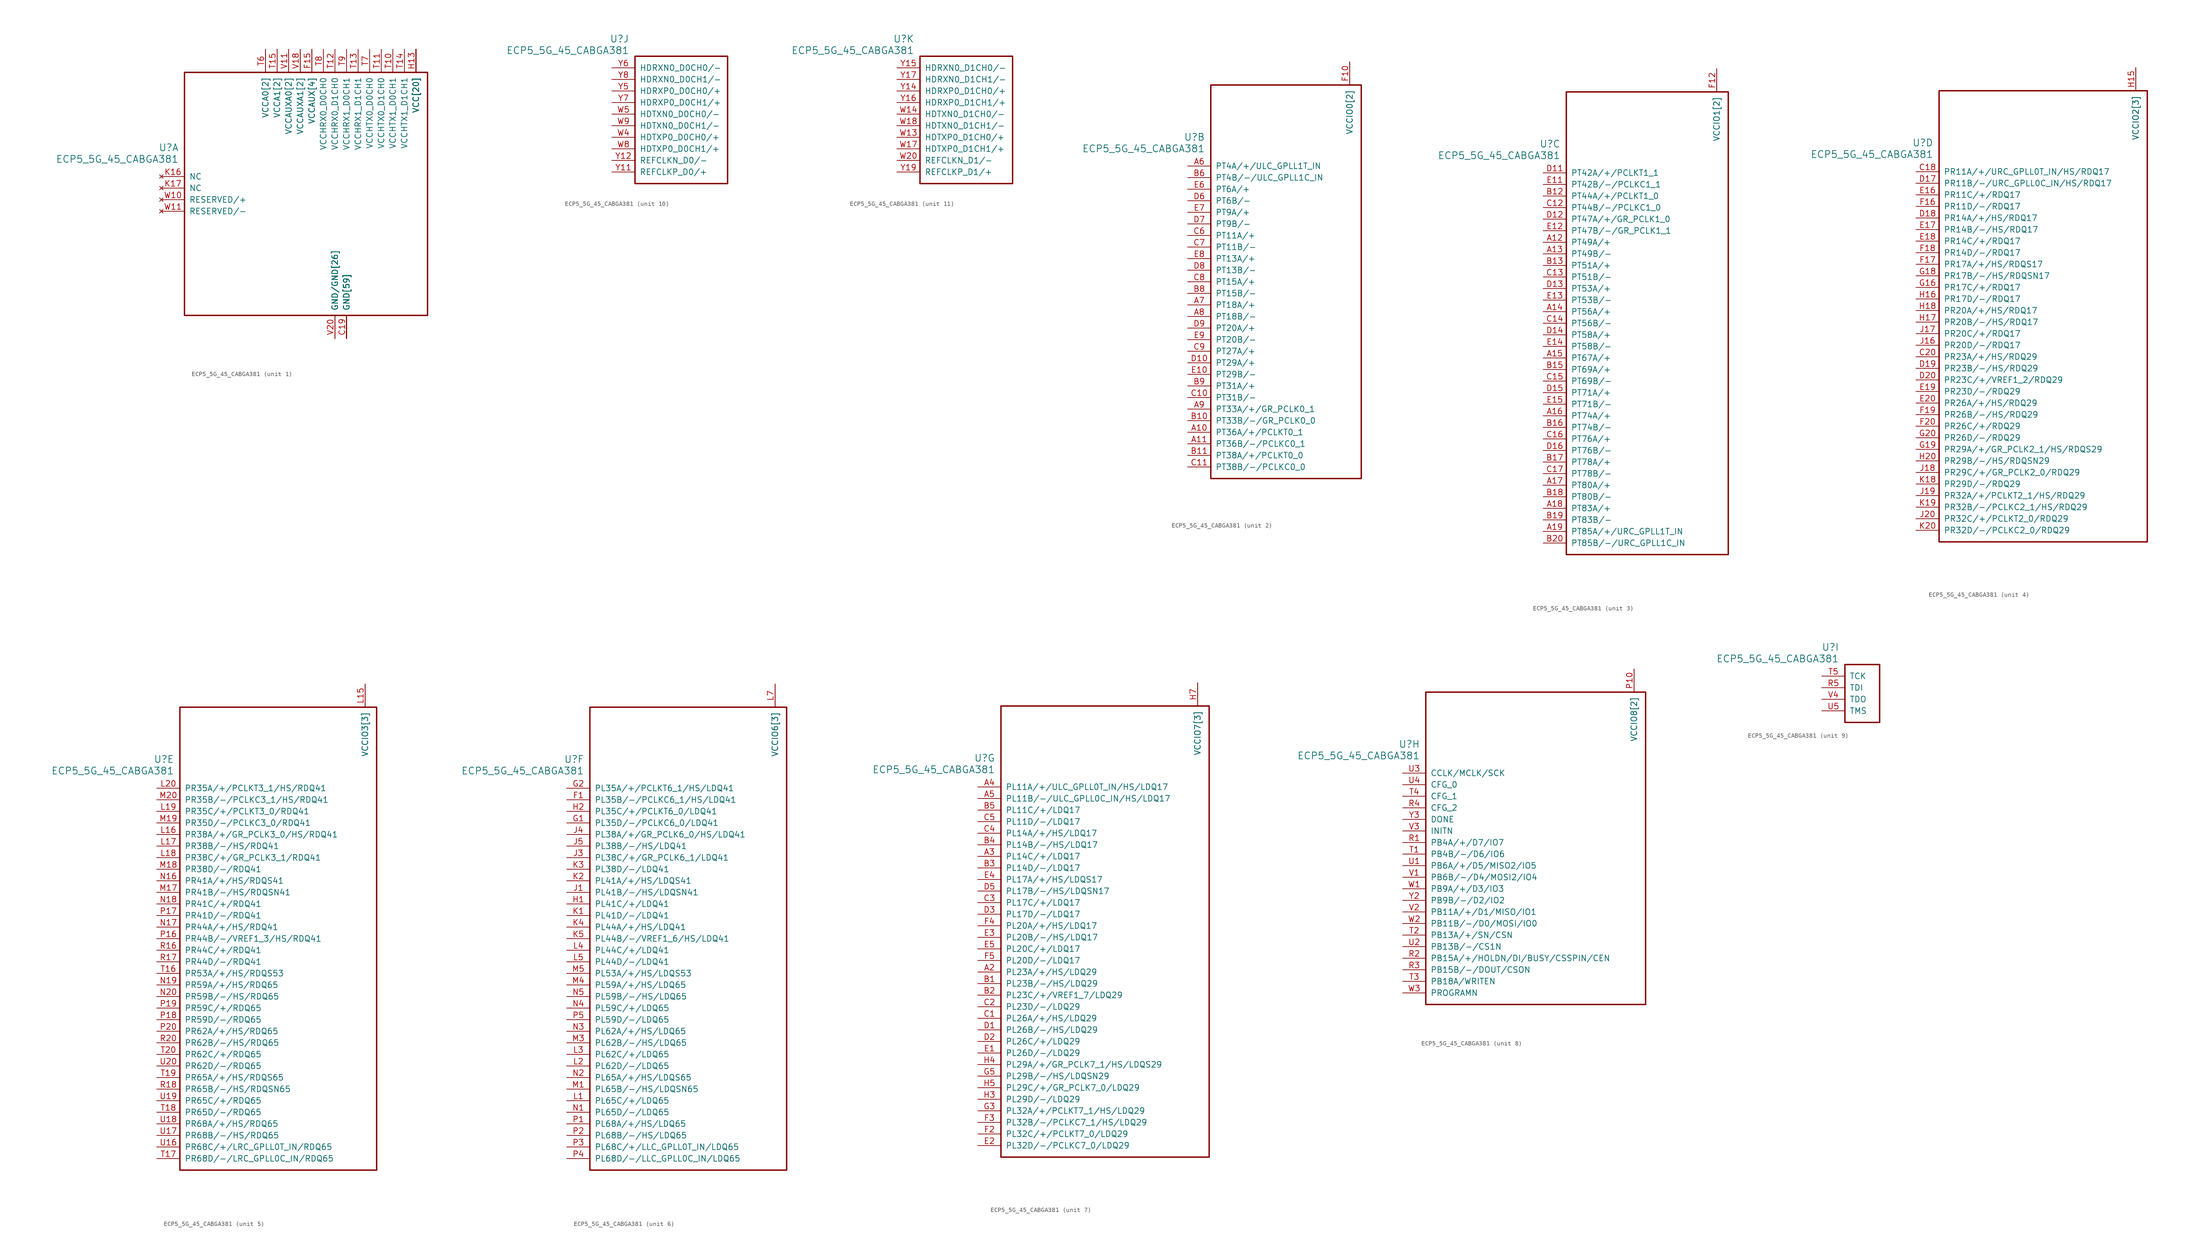
<source format=kicad_sym>
(kicad_symbol_lib
  (version 20231120)
  (generator "kicad_symbol_editor")
  (generator_version "8.0")
  (symbol "ECP5_5G_45_CABGA381"
    (pin_names
      (offset 1.016))
    (property "Reference" "U"
      (at 3.81 6.35 0)
      (effects (font (size 1.524 1.524)) (justify right)))
    (property "Value" "ECP5_5G_45_CABGA381"
      (at 3.81 3.81 0)
      (effects (font (size 1.524 1.524)) (justify right)))
    (property "ki_locked" ""
      (at 0 0 0)
      (effects (font (size 1.27 1.27))))
    (symbol "ECP5_5G_45_CABGA381_1_1"
      (rectangle (start 5.08 22.86) (end 58.42 -30.48) (stroke (width 0.305) (type default)) (fill (type none)))
      (pin power_in line (at 40.64 -35.56 90) (length 5.08) (name "GND[59]" (effects (font (size 1.27 1.27)))) (number "B14" (effects (font (size 0 0)))))
      (pin power_in line (at 40.64 -35.56 90) (length 5.08) (name "GND[59]" (effects (font (size 1.27 1.27)))) (number "B7" (effects (font (size 0 0)))))
      (pin power_in line (at 40.64 -35.56 90) (length 5.08) (name "GND[59]" (effects (font (size 1.27 1.27)))) (number "C19" (effects (font (size 1.27 1.27)))))
      (pin power_in line (at 40.64 -35.56 90) (length 5.08) (name "GND[59]" (effects (font (size 1.27 1.27)))) (number "D4" (effects (font (size 0 0)))))
      (pin power_in line (at 40.64 -35.56 90) (length 5.08) (name "GND[59]" (effects (font (size 1.27 1.27)))) (number "F13" (effects (font (size 0 0)))))
      (pin power_in line (at 40.64 -35.56 90) (length 5.08) (name "GND[59]" (effects (font (size 1.27 1.27)))) (number "F14" (effects (font (size 0 0)))))
      (pin power_in line (at 33.02 27.94 270) (length 5.08) (name "VCCAUX[4]" (effects (font (size 1.27 1.27)))) (number "F15" (effects (font (size 1.27 1.27)))))
      (pin power_in line (at 33.02 27.94 270) (length 5.08) (name "VCCAUX[4]" (effects (font (size 1.27 1.27)))) (number "F6" (effects (font (size 0 0)))))
      (pin power_in line (at 40.64 -35.56 90) (length 5.08) (name "GND[59]" (effects (font (size 1.27 1.27)))) (number "F7" (effects (font (size 0 0)))))
      (pin power_in line (at 40.64 -35.56 90) (length 5.08) (name "GND[59]" (effects (font (size 1.27 1.27)))) (number "F8" (effects (font (size 0 0)))))
      (pin power_in line (at 40.64 -35.56 90) (length 5.08) (name "GND[59]" (effects (font (size 1.27 1.27)))) (number "G10" (effects (font (size 0 0)))))
      (pin power_in line (at 40.64 -35.56 90) (length 5.08) (name "GND[59]" (effects (font (size 1.27 1.27)))) (number "G11" (effects (font (size 0 0)))))
      (pin power_in line (at 40.64 -35.56 90) (length 5.08) (name "GND[59]" (effects (font (size 1.27 1.27)))) (number "G12" (effects (font (size 0 0)))))
      (pin power_in line (at 40.64 -35.56 90) (length 5.08) (name "GND[59]" (effects (font (size 1.27 1.27)))) (number "G13" (effects (font (size 0 0)))))
      (pin power_in line (at 40.64 -35.56 90) (length 5.08) (name "GND[59]" (effects (font (size 1.27 1.27)))) (number "G14" (effects (font (size 0 0)))))
      (pin power_in line (at 40.64 -35.56 90) (length 5.08) (name "GND[59]" (effects (font (size 1.27 1.27)))) (number "G15" (effects (font (size 0 0)))))
      (pin power_in line (at 40.64 -35.56 90) (length 5.08) (name "GND[59]" (effects (font (size 1.27 1.27)))) (number "G17" (effects (font (size 0 0)))))
      (pin power_in line (at 40.64 -35.56 90) (length 5.08) (name "GND[59]" (effects (font (size 1.27 1.27)))) (number "G4" (effects (font (size 0 0)))))
      (pin power_in line (at 40.64 -35.56 90) (length 5.08) (name "GND[59]" (effects (font (size 1.27 1.27)))) (number "G6" (effects (font (size 0 0)))))
      (pin power_in line (at 40.64 -35.56 90) (length 5.08) (name "GND[59]" (effects (font (size 1.27 1.27)))) (number "G7" (effects (font (size 0 0)))))
      (pin power_in line (at 40.64 -35.56 90) (length 5.08) (name "GND[59]" (effects (font (size 1.27 1.27)))) (number "G8" (effects (font (size 0 0)))))
      (pin power_in line (at 40.64 -35.56 90) (length 5.08) (name "GND[59]" (effects (font (size 1.27 1.27)))) (number "G9" (effects (font (size 0 0)))))
      (pin power_in line (at 55.88 27.94 270) (length 5.08) (name "VCC[20]" (effects (font (size 1.27 1.27)))) (number "H10" (effects (font (size 0 0)))))
      (pin power_in line (at 55.88 27.94 270) (length 5.08) (name "VCC[20]" (effects (font (size 1.27 1.27)))) (number "H11" (effects (font (size 0 0)))))
      (pin power_in line (at 55.88 27.94 270) (length 5.08) (name "VCC[20]" (effects (font (size 1.27 1.27)))) (number "H12" (effects (font (size 0 0)))))
      (pin power_in line (at 55.88 27.94 270) (length 5.08) (name "VCC[20]" (effects (font (size 1.27 1.27)))) (number "H13" (effects (font (size 1.27 1.27)))))
      (pin power_in line (at 40.64 -35.56 90) (length 5.08) (name "GND[59]" (effects (font (size 1.27 1.27)))) (number "H19" (effects (font (size 0 0)))))
      (pin power_in line (at 55.88 27.94 270) (length 5.08) (name "VCC[20]" (effects (font (size 1.27 1.27)))) (number "H8" (effects (font (size 0 0)))))
      (pin power_in line (at 55.88 27.94 270) (length 5.08) (name "VCC[20]" (effects (font (size 1.27 1.27)))) (number "H9" (effects (font (size 0 0)))))
      (pin power_in line (at 40.64 -35.56 90) (length 5.08) (name "GND[59]" (effects (font (size 1.27 1.27)))) (number "J10" (effects (font (size 0 0)))))
      (pin power_in line (at 40.64 -35.56 90) (length 5.08) (name "GND[59]" (effects (font (size 1.27 1.27)))) (number "J11" (effects (font (size 0 0)))))
      (pin power_in line (at 40.64 -35.56 90) (length 5.08) (name "GND[59]" (effects (font (size 1.27 1.27)))) (number "J12" (effects (font (size 0 0)))))
      (pin power_in line (at 55.88 27.94 270) (length 5.08) (name "VCC[20]" (effects (font (size 1.27 1.27)))) (number "J13" (effects (font (size 0 0)))))
      (pin power_in line (at 40.64 -35.56 90) (length 5.08) (name "GND[59]" (effects (font (size 1.27 1.27)))) (number "J14" (effects (font (size 0 0)))))
      (pin power_in line (at 40.64 -35.56 90) (length 5.08) (name "GND[59]" (effects (font (size 1.27 1.27)))) (number "J2" (effects (font (size 0 0)))))
      (pin power_in line (at 40.64 -35.56 90) (length 5.08) (name "GND[59]" (effects (font (size 1.27 1.27)))) (number "J7" (effects (font (size 0 0)))))
      (pin power_in line (at 55.88 27.94 270) (length 5.08) (name "VCC[20]" (effects (font (size 1.27 1.27)))) (number "J8" (effects (font (size 0 0)))))
      (pin power_in line (at 40.64 -35.56 90) (length 5.08) (name "GND[59]" (effects (font (size 1.27 1.27)))) (number "J9" (effects (font (size 0 0)))))
      (pin power_in line (at 40.64 -35.56 90) (length 5.08) (name "GND[59]" (effects (font (size 1.27 1.27)))) (number "K10" (effects (font (size 0 0)))))
      (pin power_in line (at 40.64 -35.56 90) (length 5.08) (name "GND[59]" (effects (font (size 1.27 1.27)))) (number "K11" (effects (font (size 0 0)))))
      (pin power_in line (at 40.64 -35.56 90) (length 5.08) (name "GND[59]" (effects (font (size 1.27 1.27)))) (number "K12" (effects (font (size 0 0)))))
      (pin power_in line (at 55.88 27.94 270) (length 5.08) (name "VCC[20]" (effects (font (size 1.27 1.27)))) (number "K13" (effects (font (size 0 0)))))
      (pin power_in line (at 40.64 -35.56 90) (length 5.08) (name "GND[59]" (effects (font (size 1.27 1.27)))) (number "K14" (effects (font (size 0 0)))))
      (pin power_in line (at 40.64 -35.56 90) (length 5.08) (name "GND[59]" (effects (font (size 1.27 1.27)))) (number "K15" (effects (font (size 0 0)))))
      (pin no_connect line (at 0 0 0) (length 5.08) (name "NC" (effects (font (size 1.27 1.27)))) (number "K16" (effects (font (size 1.27 1.27)))))
      (pin no_connect line (at 0 -2.54 0) (length 5.08) (name "NC" (effects (font (size 1.27 1.27)))) (number "K17" (effects (font (size 1.27 1.27)))))
      (pin power_in line (at 40.64 -35.56 90) (length 5.08) (name "GND[59]" (effects (font (size 1.27 1.27)))) (number "K6" (effects (font (size 0 0)))))
      (pin power_in line (at 40.64 -35.56 90) (length 5.08) (name "GND[59]" (effects (font (size 1.27 1.27)))) (number "K7" (effects (font (size 0 0)))))
      (pin power_in line (at 55.88 27.94 270) (length 5.08) (name "VCC[20]" (effects (font (size 1.27 1.27)))) (number "K8" (effects (font (size 0 0)))))
      (pin power_in line (at 40.64 -35.56 90) (length 5.08) (name "GND[59]" (effects (font (size 1.27 1.27)))) (number "K9" (effects (font (size 0 0)))))
      (pin power_in line (at 40.64 -35.56 90) (length 5.08) (name "GND[59]" (effects (font (size 1.27 1.27)))) (number "L10" (effects (font (size 0 0)))))
      (pin power_in line (at 40.64 -35.56 90) (length 5.08) (name "GND[59]" (effects (font (size 1.27 1.27)))) (number "L11" (effects (font (size 0 0)))))
      (pin power_in line (at 40.64 -35.56 90) (length 5.08) (name "GND[59]" (effects (font (size 1.27 1.27)))) (number "L12" (effects (font (size 0 0)))))
      (pin power_in line (at 55.88 27.94 270) (length 5.08) (name "VCC[20]" (effects (font (size 1.27 1.27)))) (number "L13" (effects (font (size 0 0)))))
      (pin power_in line (at 55.88 27.94 270) (length 5.08) (name "VCC[20]" (effects (font (size 1.27 1.27)))) (number "L8" (effects (font (size 0 0)))))
      (pin power_in line (at 40.64 -35.56 90) (length 5.08) (name "GND[59]" (effects (font (size 1.27 1.27)))) (number "L9" (effects (font (size 0 0)))))
      (pin power_in line (at 40.64 -35.56 90) (length 5.08) (name "GND[59]" (effects (font (size 1.27 1.27)))) (number "M10" (effects (font (size 0 0)))))
      (pin power_in line (at 40.64 -35.56 90) (length 5.08) (name "GND[59]" (effects (font (size 1.27 1.27)))) (number "M11" (effects (font (size 0 0)))))
      (pin power_in line (at 40.64 -35.56 90) (length 5.08) (name "GND[59]" (effects (font (size 1.27 1.27)))) (number "M12" (effects (font (size 0 0)))))
      (pin power_in line (at 55.88 27.94 270) (length 5.08) (name "VCC[20]" (effects (font (size 1.27 1.27)))) (number "M13" (effects (font (size 0 0)))))
      (pin power_in line (at 40.64 -35.56 90) (length 5.08) (name "GND[59]" (effects (font (size 1.27 1.27)))) (number "M14" (effects (font (size 0 0)))))
      (pin power_in line (at 40.64 -35.56 90) (length 5.08) (name "GND[59]" (effects (font (size 1.27 1.27)))) (number "M16" (effects (font (size 0 0)))))
      (pin power_in line (at 40.64 -35.56 90) (length 5.08) (name "GND[59]" (effects (font (size 1.27 1.27)))) (number "M2" (effects (font (size 0 0)))))
      (pin power_in line (at 40.64 -35.56 90) (length 5.08) (name "GND[59]" (effects (font (size 1.27 1.27)))) (number "M7" (effects (font (size 0 0)))))
      (pin power_in line (at 55.88 27.94 270) (length 5.08) (name "VCC[20]" (effects (font (size 1.27 1.27)))) (number "M8" (effects (font (size 0 0)))))
      (pin power_in line (at 40.64 -35.56 90) (length 5.08) (name "GND[59]" (effects (font (size 1.27 1.27)))) (number "M9" (effects (font (size 0 0)))))
      (pin power_in line (at 55.88 27.94 270) (length 5.08) (name "VCC[20]" (effects (font (size 1.27 1.27)))) (number "N10" (effects (font (size 0 0)))))
      (pin power_in line (at 55.88 27.94 270) (length 5.08) (name "VCC[20]" (effects (font (size 1.27 1.27)))) (number "N11" (effects (font (size 0 0)))))
      (pin power_in line (at 55.88 27.94 270) (length 5.08) (name "VCC[20]" (effects (font (size 1.27 1.27)))) (number "N12" (effects (font (size 0 0)))))
      (pin power_in line (at 55.88 27.94 270) (length 5.08) (name "VCC[20]" (effects (font (size 1.27 1.27)))) (number "N13" (effects (font (size 0 0)))))
      (pin power_in line (at 40.64 -35.56 90) (length 5.08) (name "GND[59]" (effects (font (size 1.27 1.27)))) (number "N14" (effects (font (size 0 0)))))
      (pin power_in line (at 40.64 -35.56 90) (length 5.08) (name "GND[59]" (effects (font (size 1.27 1.27)))) (number "N15" (effects (font (size 0 0)))))
      (pin power_in line (at 40.64 -35.56 90) (length 5.08) (name "GND[59]" (effects (font (size 1.27 1.27)))) (number "N6" (effects (font (size 0 0)))))
      (pin power_in line (at 40.64 -35.56 90) (length 5.08) (name "GND[59]" (effects (font (size 1.27 1.27)))) (number "N7" (effects (font (size 0 0)))))
      (pin power_in line (at 55.88 27.94 270) (length 5.08) (name "VCC[20]" (effects (font (size 1.27 1.27)))) (number "N8" (effects (font (size 0 0)))))
      (pin power_in line (at 55.88 27.94 270) (length 5.08) (name "VCC[20]" (effects (font (size 1.27 1.27)))) (number "N9" (effects (font (size 0 0)))))
      (pin power_in line (at 40.64 -35.56 90) (length 5.08) (name "GND[59]" (effects (font (size 1.27 1.27)))) (number "P11" (effects (font (size 0 0)))))
      (pin power_in line (at 40.64 -35.56 90) (length 5.08) (name "GND[59]" (effects (font (size 1.27 1.27)))) (number "P12" (effects (font (size 0 0)))))
      (pin power_in line (at 40.64 -35.56 90) (length 5.08) (name "GND[59]" (effects (font (size 1.27 1.27)))) (number "P13" (effects (font (size 0 0)))))
      (pin power_in line (at 40.64 -35.56 90) (length 5.08) (name "GND[59]" (effects (font (size 1.27 1.27)))) (number "P14" (effects (font (size 0 0)))))
      (pin power_in line (at 33.02 27.94 270) (length 5.08) (name "VCCAUX[4]" (effects (font (size 1.27 1.27)))) (number "P15" (effects (font (size 0 0)))))
      (pin power_in line (at 33.02 27.94 270) (length 5.08) (name "VCCAUX[4]" (effects (font (size 1.27 1.27)))) (number "P6" (effects (font (size 0 0)))))
      (pin power_in line (at 40.64 -35.56 90) (length 5.08) (name "GND[59]" (effects (font (size 1.27 1.27)))) (number "P7" (effects (font (size 0 0)))))
      (pin power_in line (at 40.64 -35.56 90) (length 5.08) (name "GND[59]" (effects (font (size 1.27 1.27)))) (number "P8" (effects (font (size 0 0)))))
      (pin power_in line (at 40.64 -35.56 90) (length 5.08) (name "GND[59]" (effects (font (size 1.27 1.27)))) (number "R19" (effects (font (size 0 0)))))
      (pin power_in line (at 50.8 27.94 270) (length 5.08) (name "VCCHTX1_D0CH1" (effects (font (size 1.27 1.27)))) (number "T10" (effects (font (size 1.27 1.27)))))
      (pin power_in line (at 48.26 27.94 270) (length 5.08) (name "VCCHTX0_D1CH0" (effects (font (size 1.27 1.27)))) (number "T11" (effects (font (size 1.27 1.27)))))
      (pin power_in line (at 38.1 27.94 270) (length 5.08) (name "VCCHRX0_D1CH0" (effects (font (size 1.27 1.27)))) (number "T12" (effects (font (size 1.27 1.27)))))
      (pin power_in line (at 43.18 27.94 270) (length 5.08) (name "VCCHRX1_D1CH1" (effects (font (size 1.27 1.27)))) (number "T13" (effects (font (size 1.27 1.27)))))
      (pin power_in line (at 53.34 27.94 270) (length 5.08) (name "VCCHTX1_D1CH1" (effects (font (size 1.27 1.27)))) (number "T14" (effects (font (size 1.27 1.27)))))
      (pin power_in line (at 25.4 27.94 270) (length 5.08) (name "VCCA1[2]" (effects (font (size 1.27 1.27)))) (number "T15" (effects (font (size 1.27 1.27)))))
      (pin power_in line (at 22.86 27.94 270) (length 5.08) (name "VCCA0[2]" (effects (font (size 1.27 1.27)))) (number "T6" (effects (font (size 1.27 1.27)))))
      (pin power_in line (at 45.72 27.94 270) (length 5.08) (name "VCCHTX0_D0CH0" (effects (font (size 1.27 1.27)))) (number "T7" (effects (font (size 1.27 1.27)))))
      (pin power_in line (at 35.56 27.94 270) (length 5.08) (name "VCCHRX0_D0CH0" (effects (font (size 1.27 1.27)))) (number "T8" (effects (font (size 1.27 1.27)))))
      (pin power_in line (at 40.64 27.94 270) (length 5.08) (name "VCCHRX1_D0CH1" (effects (font (size 1.27 1.27)))) (number "T9" (effects (font (size 1.27 1.27)))))
      (pin power_in line (at 38.1 -35.56 90) (length 5.08) (name "GND/GND[26]" (effects (font (size 1.27 1.27)))) (number "U10" (effects (font (size 0 0)))))
      (pin power_in line (at 38.1 -35.56 90) (length 5.08) (name "GND/GND[26]" (effects (font (size 1.27 1.27)))) (number "U11" (effects (font (size 0 0)))))
      (pin power_in line (at 38.1 -35.56 90) (length 5.08) (name "GND/GND[26]" (effects (font (size 1.27 1.27)))) (number "U12" (effects (font (size 0 0)))))
      (pin power_in line (at 38.1 -35.56 90) (length 5.08) (name "GND/GND[26]" (effects (font (size 1.27 1.27)))) (number "U13" (effects (font (size 0 0)))))
      (pin power_in line (at 38.1 -35.56 90) (length 5.08) (name "GND/GND[26]" (effects (font (size 1.27 1.27)))) (number "U14" (effects (font (size 0 0)))))
      (pin power_in line (at 25.4 27.94 270) (length 5.08) (name "VCCA1[2]" (effects (font (size 1.27 1.27)))) (number "U15" (effects (font (size 0 0)))))
      (pin power_in line (at 22.86 27.94 270) (length 5.08) (name "VCCA0[2]" (effects (font (size 1.27 1.27)))) (number "U6" (effects (font (size 0 0)))))
      (pin power_in line (at 38.1 -35.56 90) (length 5.08) (name "GND/GND[26]" (effects (font (size 1.27 1.27)))) (number "U7" (effects (font (size 0 0)))))
      (pin power_in line (at 38.1 -35.56 90) (length 5.08) (name "GND/GND[26]" (effects (font (size 1.27 1.27)))) (number "U8" (effects (font (size 0 0)))))
      (pin power_in line (at 38.1 -35.56 90) (length 5.08) (name "GND/GND[26]" (effects (font (size 1.27 1.27)))) (number "U9" (effects (font (size 0 0)))))
      (pin power_in line (at 27.94 27.94 270) (length 5.08) (name "VCCAUXA0[2]" (effects (font (size 1.27 1.27)))) (number "V10" (effects (font (size 0 0)))))
      (pin power_in line (at 27.94 27.94 270) (length 5.08) (name "VCCAUXA0[2]" (effects (font (size 1.27 1.27)))) (number "V11" (effects (font (size 1.27 1.27)))))
      (pin power_in line (at 38.1 -35.56 90) (length 5.08) (name "GND/GND[26]" (effects (font (size 1.27 1.27)))) (number "V12" (effects (font (size 0 0)))))
      (pin power_in line (at 38.1 -35.56 90) (length 5.08) (name "GND/GND[26]" (effects (font (size 1.27 1.27)))) (number "V13" (effects (font (size 0 0)))))
      (pin power_in line (at 38.1 -35.56 90) (length 5.08) (name "GND/GND[26]" (effects (font (size 1.27 1.27)))) (number "V14" (effects (font (size 0 0)))))
      (pin power_in line (at 38.1 -35.56 90) (length 5.08) (name "GND/GND[26]" (effects (font (size 1.27 1.27)))) (number "V15" (effects (font (size 0 0)))))
      (pin power_in line (at 38.1 -35.56 90) (length 5.08) (name "GND/GND[26]" (effects (font (size 1.27 1.27)))) (number "V16" (effects (font (size 0 0)))))
      (pin power_in line (at 30.48 27.94 270) (length 5.08) (name "VCCAUXA1[2]" (effects (font (size 1.27 1.27)))) (number "V17" (effects (font (size 0 0)))))
      (pin power_in line (at 30.48 27.94 270) (length 5.08) (name "VCCAUXA1[2]" (effects (font (size 1.27 1.27)))) (number "V18" (effects (font (size 1.27 1.27)))))
      (pin power_in line (at 38.1 -35.56 90) (length 5.08) (name "GND/GND[26]" (effects (font (size 1.27 1.27)))) (number "V19" (effects (font (size 0 0)))))
      (pin power_in line (at 38.1 -35.56 90) (length 5.08) (name "GND/GND[26]" (effects (font (size 1.27 1.27)))) (number "V20" (effects (font (size 1.27 1.27)))))
      (pin power_in line (at 38.1 -35.56 90) (length 5.08) (name "GND/GND[26]" (effects (font (size 1.27 1.27)))) (number "V5" (effects (font (size 0 0)))))
      (pin power_in line (at 38.1 -35.56 90) (length 5.08) (name "GND/GND[26]" (effects (font (size 1.27 1.27)))) (number "V6" (effects (font (size 0 0)))))
      (pin power_in line (at 38.1 -35.56 90) (length 5.08) (name "GND/GND[26]" (effects (font (size 1.27 1.27)))) (number "V7" (effects (font (size 0 0)))))
      (pin power_in line (at 38.1 -35.56 90) (length 5.08) (name "GND/GND[26]" (effects (font (size 1.27 1.27)))) (number "V8" (effects (font (size 0 0)))))
      (pin power_in line (at 38.1 -35.56 90) (length 5.08) (name "GND/GND[26]" (effects (font (size 1.27 1.27)))) (number "V9" (effects (font (size 0 0)))))
      (pin no_connect line (at 0 -5.08 0) (length 5.08) (name "RESERVED/+" (effects (font (size 1.27 1.27)))) (number "W10" (effects (font (size 1.27 1.27)))))
      (pin no_connect line (at 0 -7.62 0) (length 5.08) (name "RESERVED/-" (effects (font (size 1.27 1.27)))) (number "W11" (effects (font (size 1.27 1.27)))))
      (pin power_in line (at 38.1 -35.56 90) (length 5.08) (name "GND/GND[26]" (effects (font (size 1.27 1.27)))) (number "W12" (effects (font (size 0 0)))))
      (pin power_in line (at 38.1 -35.56 90) (length 5.08) (name "GND/GND[26]" (effects (font (size 1.27 1.27)))) (number "W15" (effects (font (size 0 0)))))
      (pin power_in line (at 38.1 -35.56 90) (length 5.08) (name "GND/GND[26]" (effects (font (size 1.27 1.27)))) (number "W16" (effects (font (size 0 0)))))
      (pin power_in line (at 38.1 -35.56 90) (length 5.08) (name "GND/GND[26]" (effects (font (size 1.27 1.27)))) (number "W19" (effects (font (size 0 0)))))
      (pin power_in line (at 38.1 -35.56 90) (length 5.08) (name "GND/GND[26]" (effects (font (size 1.27 1.27)))) (number "W6" (effects (font (size 0 0)))))
      (pin power_in line (at 38.1 -35.56 90) (length 5.08) (name "GND/GND[26]" (effects (font (size 1.27 1.27)))) (number "W7" (effects (font (size 0 0))))))
    (symbol "ECP5_5G_45_CABGA381_2_1"
      (rectangle (start 5.08 17.78) (end 38.1 -68.58) (stroke (width 0.305) (type default)) (fill (type none)))
      (pin bidirectional line (at 0 -58.42 0) (length 5.08) (name "PT36A/+/PCLKT0_1" (effects (font (size 1.27 1.27)))) (number "A10" (effects (font (size 1.27 1.27)))))
      (pin bidirectional line (at 0 -60.96 0) (length 5.08) (name "PT36B/-/PCLKC0_1" (effects (font (size 1.27 1.27)))) (number "A11" (effects (font (size 1.27 1.27)))))
      (pin bidirectional line (at 0 0 0) (length 5.08) (name "PT4A/+/ULC_GPLL1T_IN" (effects (font (size 1.27 1.27)))) (number "A6" (effects (font (size 1.27 1.27)))))
      (pin bidirectional line (at 0 -30.48 0) (length 5.08) (name "PT18A/+" (effects (font (size 1.27 1.27)))) (number "A7" (effects (font (size 1.27 1.27)))))
      (pin bidirectional line (at 0 -33.02 0) (length 5.08) (name "PT18B/-" (effects (font (size 1.27 1.27)))) (number "A8" (effects (font (size 1.27 1.27)))))
      (pin bidirectional line (at 0 -53.34 0) (length 5.08) (name "PT33A/+/GR_PCLK0_1" (effects (font (size 1.27 1.27)))) (number "A9" (effects (font (size 1.27 1.27)))))
      (pin bidirectional line (at 0 -55.88 0) (length 5.08) (name "PT33B/-/GR_PCLK0_0" (effects (font (size 1.27 1.27)))) (number "B10" (effects (font (size 1.27 1.27)))))
      (pin bidirectional line (at 0 -63.5 0) (length 5.08) (name "PT38A/+/PCLKT0_0" (effects (font (size 1.27 1.27)))) (number "B11" (effects (font (size 1.27 1.27)))))
      (pin bidirectional line (at 0 -2.54 0) (length 5.08) (name "PT4B/-/ULC_GPLL1C_IN" (effects (font (size 1.27 1.27)))) (number "B6" (effects (font (size 1.27 1.27)))))
      (pin bidirectional line (at 0 -27.94 0) (length 5.08) (name "PT15B/-" (effects (font (size 1.27 1.27)))) (number "B8" (effects (font (size 1.27 1.27)))))
      (pin bidirectional line (at 0 -48.26 0) (length 5.08) (name "PT31A/+" (effects (font (size 1.27 1.27)))) (number "B9" (effects (font (size 1.27 1.27)))))
      (pin bidirectional line (at 0 -50.8 0) (length 5.08) (name "PT31B/-" (effects (font (size 1.27 1.27)))) (number "C10" (effects (font (size 1.27 1.27)))))
      (pin bidirectional line (at 0 -66.04 0) (length 5.08) (name "PT38B/-/PCLKC0_0" (effects (font (size 1.27 1.27)))) (number "C11" (effects (font (size 1.27 1.27)))))
      (pin bidirectional line (at 0 -15.24 0) (length 5.08) (name "PT11A/+" (effects (font (size 1.27 1.27)))) (number "C6" (effects (font (size 1.27 1.27)))))
      (pin bidirectional line (at 0 -17.78 0) (length 5.08) (name "PT11B/-" (effects (font (size 1.27 1.27)))) (number "C7" (effects (font (size 1.27 1.27)))))
      (pin bidirectional line (at 0 -25.4 0) (length 5.08) (name "PT15A/+" (effects (font (size 1.27 1.27)))) (number "C8" (effects (font (size 1.27 1.27)))))
      (pin bidirectional line (at 0 -40.64 0) (length 5.08) (name "PT27A/+" (effects (font (size 1.27 1.27)))) (number "C9" (effects (font (size 1.27 1.27)))))
      (pin bidirectional line (at 0 -43.18 0) (length 5.08) (name "PT29A/+" (effects (font (size 1.27 1.27)))) (number "D10" (effects (font (size 1.27 1.27)))))
      (pin bidirectional line (at 0 -7.62 0) (length 5.08) (name "PT6B/-" (effects (font (size 1.27 1.27)))) (number "D6" (effects (font (size 1.27 1.27)))))
      (pin bidirectional line (at 0 -12.7 0) (length 5.08) (name "PT9B/-" (effects (font (size 1.27 1.27)))) (number "D7" (effects (font (size 1.27 1.27)))))
      (pin bidirectional line (at 0 -22.86 0) (length 5.08) (name "PT13B/-" (effects (font (size 1.27 1.27)))) (number "D8" (effects (font (size 1.27 1.27)))))
      (pin bidirectional line (at 0 -35.56 0) (length 5.08) (name "PT20A/+" (effects (font (size 1.27 1.27)))) (number "D9" (effects (font (size 1.27 1.27)))))
      (pin bidirectional line (at 0 -45.72 0) (length 5.08) (name "PT29B/-" (effects (font (size 1.27 1.27)))) (number "E10" (effects (font (size 1.27 1.27)))))
      (pin bidirectional line (at 0 -5.08 0) (length 5.08) (name "PT6A/+" (effects (font (size 1.27 1.27)))) (number "E6" (effects (font (size 1.27 1.27)))))
      (pin bidirectional line (at 0 -10.16 0) (length 5.08) (name "PT9A/+" (effects (font (size 1.27 1.27)))) (number "E7" (effects (font (size 1.27 1.27)))))
      (pin bidirectional line (at 0 -20.32 0) (length 5.08) (name "PT13A/+" (effects (font (size 1.27 1.27)))) (number "E8" (effects (font (size 1.27 1.27)))))
      (pin bidirectional line (at 0 -38.1 0) (length 5.08) (name "PT20B/-" (effects (font (size 1.27 1.27)))) (number "E9" (effects (font (size 1.27 1.27)))))
      (pin power_in line (at 35.56 22.86 270) (length 5.08) (name "VCCIO0[2]" (effects (font (size 1.27 1.27)))) (number "F10" (effects (font (size 1.27 1.27)))))
      (pin power_in line (at 35.56 22.86 270) (length 5.08) (name "VCCIO0[2]" (effects (font (size 1.27 1.27)))) (number "F9" (effects (font (size 0 0))))))
    (symbol "ECP5_5G_45_CABGA381_3_1"
      (rectangle (start 5.08 17.78) (end 40.64 -83.82) (stroke (width 0.305) (type default)) (fill (type none)))
      (pin bidirectional line (at 0 -15.24 0) (length 5.08) (name "PT49A/+" (effects (font (size 1.27 1.27)))) (number "A12" (effects (font (size 1.27 1.27)))))
      (pin bidirectional line (at 0 -17.78 0) (length 5.08) (name "PT49B/-" (effects (font (size 1.27 1.27)))) (number "A13" (effects (font (size 1.27 1.27)))))
      (pin bidirectional line (at 0 -30.48 0) (length 5.08) (name "PT56A/+" (effects (font (size 1.27 1.27)))) (number "A14" (effects (font (size 1.27 1.27)))))
      (pin bidirectional line (at 0 -40.64 0) (length 5.08) (name "PT67A/+" (effects (font (size 1.27 1.27)))) (number "A15" (effects (font (size 1.27 1.27)))))
      (pin bidirectional line (at 0 -53.34 0) (length 5.08) (name "PT74A/+" (effects (font (size 1.27 1.27)))) (number "A16" (effects (font (size 1.27 1.27)))))
      (pin bidirectional line (at 0 -68.58 0) (length 5.08) (name "PT80A/+" (effects (font (size 1.27 1.27)))) (number "A17" (effects (font (size 1.27 1.27)))))
      (pin bidirectional line (at 0 -73.66 0) (length 5.08) (name "PT83A/+" (effects (font (size 1.27 1.27)))) (number "A18" (effects (font (size 1.27 1.27)))))
      (pin bidirectional line (at 0 -78.74 0) (length 5.08) (name "PT85A/+/URC_GPLL1T_IN" (effects (font (size 1.27 1.27)))) (number "A19" (effects (font (size 1.27 1.27)))))
      (pin bidirectional line (at 0 -5.08 0) (length 5.08) (name "PT44A/+/PCLKT1_0" (effects (font (size 1.27 1.27)))) (number "B12" (effects (font (size 1.27 1.27)))))
      (pin bidirectional line (at 0 -20.32 0) (length 5.08) (name "PT51A/+" (effects (font (size 1.27 1.27)))) (number "B13" (effects (font (size 1.27 1.27)))))
      (pin bidirectional line (at 0 -43.18 0) (length 5.08) (name "PT69A/+" (effects (font (size 1.27 1.27)))) (number "B15" (effects (font (size 1.27 1.27)))))
      (pin bidirectional line (at 0 -55.88 0) (length 5.08) (name "PT74B/-" (effects (font (size 1.27 1.27)))) (number "B16" (effects (font (size 1.27 1.27)))))
      (pin bidirectional line (at 0 -63.5 0) (length 5.08) (name "PT78A/+" (effects (font (size 1.27 1.27)))) (number "B17" (effects (font (size 1.27 1.27)))))
      (pin bidirectional line (at 0 -71.12 0) (length 5.08) (name "PT80B/-" (effects (font (size 1.27 1.27)))) (number "B18" (effects (font (size 1.27 1.27)))))
      (pin bidirectional line (at 0 -76.2 0) (length 5.08) (name "PT83B/-" (effects (font (size 1.27 1.27)))) (number "B19" (effects (font (size 1.27 1.27)))))
      (pin bidirectional line (at 0 -81.28 0) (length 5.08) (name "PT85B/-/URC_GPLL1C_IN" (effects (font (size 1.27 1.27)))) (number "B20" (effects (font (size 1.27 1.27)))))
      (pin bidirectional line (at 0 -7.62 0) (length 5.08) (name "PT44B/-/PCLKC1_0" (effects (font (size 1.27 1.27)))) (number "C12" (effects (font (size 1.27 1.27)))))
      (pin bidirectional line (at 0 -22.86 0) (length 5.08) (name "PT51B/-" (effects (font (size 1.27 1.27)))) (number "C13" (effects (font (size 1.27 1.27)))))
      (pin bidirectional line (at 0 -33.02 0) (length 5.08) (name "PT56B/-" (effects (font (size 1.27 1.27)))) (number "C14" (effects (font (size 1.27 1.27)))))
      (pin bidirectional line (at 0 -45.72 0) (length 5.08) (name "PT69B/-" (effects (font (size 1.27 1.27)))) (number "C15" (effects (font (size 1.27 1.27)))))
      (pin bidirectional line (at 0 -58.42 0) (length 5.08) (name "PT76A/+" (effects (font (size 1.27 1.27)))) (number "C16" (effects (font (size 1.27 1.27)))))
      (pin bidirectional line (at 0 -66.04 0) (length 5.08) (name "PT78B/-" (effects (font (size 1.27 1.27)))) (number "C17" (effects (font (size 1.27 1.27)))))
      (pin bidirectional line (at 0 0 0) (length 5.08) (name "PT42A/+/PCLKT1_1" (effects (font (size 1.27 1.27)))) (number "D11" (effects (font (size 1.27 1.27)))))
      (pin bidirectional line (at 0 -10.16 0) (length 5.08) (name "PT47A/+/GR_PCLK1_0" (effects (font (size 1.27 1.27)))) (number "D12" (effects (font (size 1.27 1.27)))))
      (pin bidirectional line (at 0 -25.4 0) (length 5.08) (name "PT53A/+" (effects (font (size 1.27 1.27)))) (number "D13" (effects (font (size 1.27 1.27)))))
      (pin bidirectional line (at 0 -35.56 0) (length 5.08) (name "PT58A/+" (effects (font (size 1.27 1.27)))) (number "D14" (effects (font (size 1.27 1.27)))))
      (pin bidirectional line (at 0 -48.26 0) (length 5.08) (name "PT71A/+" (effects (font (size 1.27 1.27)))) (number "D15" (effects (font (size 1.27 1.27)))))
      (pin bidirectional line (at 0 -60.96 0) (length 5.08) (name "PT76B/-" (effects (font (size 1.27 1.27)))) (number "D16" (effects (font (size 1.27 1.27)))))
      (pin bidirectional line (at 0 -2.54 0) (length 5.08) (name "PT42B/-/PCLKC1_1" (effects (font (size 1.27 1.27)))) (number "E11" (effects (font (size 1.27 1.27)))))
      (pin bidirectional line (at 0 -12.7 0) (length 5.08) (name "PT47B/-/GR_PCLK1_1" (effects (font (size 1.27 1.27)))) (number "E12" (effects (font (size 1.27 1.27)))))
      (pin bidirectional line (at 0 -27.94 0) (length 5.08) (name "PT53B/-" (effects (font (size 1.27 1.27)))) (number "E13" (effects (font (size 1.27 1.27)))))
      (pin bidirectional line (at 0 -38.1 0) (length 5.08) (name "PT58B/-" (effects (font (size 1.27 1.27)))) (number "E14" (effects (font (size 1.27 1.27)))))
      (pin bidirectional line (at 0 -50.8 0) (length 5.08) (name "PT71B/-" (effects (font (size 1.27 1.27)))) (number "E15" (effects (font (size 1.27 1.27)))))
      (pin power_in line (at 38.1 22.86 270) (length 5.08) (name "VCCIO1[2]" (effects (font (size 1.27 1.27)))) (number "F11" (effects (font (size 0 0)))))
      (pin power_in line (at 38.1 22.86 270) (length 5.08) (name "VCCIO1[2]" (effects (font (size 1.27 1.27)))) (number "F12" (effects (font (size 1.27 1.27))))))
    (symbol "ECP5_5G_45_CABGA381_4_1"
      (rectangle (start 5.08 17.78) (end 50.8 -81.28) (stroke (width 0.305) (type default)) (fill (type none)))
      (pin bidirectional line (at 0 0 0) (length 5.08) (name "PR11A/+/URC_GPLL0T_IN/HS/RDQ17" (effects (font (size 1.27 1.27)))) (number "C18" (effects (font (size 1.27 1.27)))))
      (pin bidirectional line (at 0 -40.64 0) (length 5.08) (name "PR23A/+/HS/RDQ29" (effects (font (size 1.27 1.27)))) (number "C20" (effects (font (size 1.27 1.27)))))
      (pin bidirectional line (at 0 -2.54 0) (length 5.08) (name "PR11B/-/URC_GPLL0C_IN/HS/RDQ17" (effects (font (size 1.27 1.27)))) (number "D17" (effects (font (size 1.27 1.27)))))
      (pin bidirectional line (at 0 -10.16 0) (length 5.08) (name "PR14A/+/HS/RDQ17" (effects (font (size 1.27 1.27)))) (number "D18" (effects (font (size 1.27 1.27)))))
      (pin bidirectional line (at 0 -43.18 0) (length 5.08) (name "PR23B/-/HS/RDQ29" (effects (font (size 1.27 1.27)))) (number "D19" (effects (font (size 1.27 1.27)))))
      (pin bidirectional line (at 0 -45.72 0) (length 5.08) (name "PR23C/+/VREF1_2/RDQ29" (effects (font (size 1.27 1.27)))) (number "D20" (effects (font (size 1.27 1.27)))))
      (pin bidirectional line (at 0 -5.08 0) (length 5.08) (name "PR11C/+/RDQ17" (effects (font (size 1.27 1.27)))) (number "E16" (effects (font (size 1.27 1.27)))))
      (pin bidirectional line (at 0 -12.7 0) (length 5.08) (name "PR14B/-/HS/RDQ17" (effects (font (size 1.27 1.27)))) (number "E17" (effects (font (size 1.27 1.27)))))
      (pin bidirectional line (at 0 -15.24 0) (length 5.08) (name "PR14C/+/RDQ17" (effects (font (size 1.27 1.27)))) (number "E18" (effects (font (size 1.27 1.27)))))
      (pin bidirectional line (at 0 -48.26 0) (length 5.08) (name "PR23D/-/RDQ29" (effects (font (size 1.27 1.27)))) (number "E19" (effects (font (size 1.27 1.27)))))
      (pin bidirectional line (at 0 -50.8 0) (length 5.08) (name "PR26A/+/HS/RDQ29" (effects (font (size 1.27 1.27)))) (number "E20" (effects (font (size 1.27 1.27)))))
      (pin bidirectional line (at 0 -7.62 0) (length 5.08) (name "PR11D/-/RDQ17" (effects (font (size 1.27 1.27)))) (number "F16" (effects (font (size 1.27 1.27)))))
      (pin bidirectional line (at 0 -20.32 0) (length 5.08) (name "PR17A/+/HS/RDQS17" (effects (font (size 1.27 1.27)))) (number "F17" (effects (font (size 1.27 1.27)))))
      (pin bidirectional line (at 0 -17.78 0) (length 5.08) (name "PR14D/-/RDQ17" (effects (font (size 1.27 1.27)))) (number "F18" (effects (font (size 1.27 1.27)))))
      (pin bidirectional line (at 0 -53.34 0) (length 5.08) (name "PR26B/-/HS/RDQ29" (effects (font (size 1.27 1.27)))) (number "F19" (effects (font (size 1.27 1.27)))))
      (pin bidirectional line (at 0 -55.88 0) (length 5.08) (name "PR26C/+/RDQ29" (effects (font (size 1.27 1.27)))) (number "F20" (effects (font (size 1.27 1.27)))))
      (pin bidirectional line (at 0 -25.4 0) (length 5.08) (name "PR17C/+/RDQ17" (effects (font (size 1.27 1.27)))) (number "G16" (effects (font (size 1.27 1.27)))))
      (pin bidirectional line (at 0 -22.86 0) (length 5.08) (name "PR17B/-/HS/RDQSN17" (effects (font (size 1.27 1.27)))) (number "G18" (effects (font (size 1.27 1.27)))))
      (pin bidirectional line (at 0 -60.96 0) (length 5.08) (name "PR29A/+/GR_PCLK2_1/HS/RDQS29" (effects (font (size 1.27 1.27)))) (number "G19" (effects (font (size 1.27 1.27)))))
      (pin bidirectional line (at 0 -58.42 0) (length 5.08) (name "PR26D/-/RDQ29" (effects (font (size 1.27 1.27)))) (number "G20" (effects (font (size 1.27 1.27)))))
      (pin power_in line (at 48.26 22.86 270) (length 5.08) (name "VCCIO2[3]" (effects (font (size 1.27 1.27)))) (number "H14" (effects (font (size 0 0)))))
      (pin power_in line (at 48.26 22.86 270) (length 5.08) (name "VCCIO2[3]" (effects (font (size 1.27 1.27)))) (number "H15" (effects (font (size 1.27 1.27)))))
      (pin bidirectional line (at 0 -27.94 0) (length 5.08) (name "PR17D/-/RDQ17" (effects (font (size 1.27 1.27)))) (number "H16" (effects (font (size 1.27 1.27)))))
      (pin bidirectional line (at 0 -33.02 0) (length 5.08) (name "PR20B/-/HS/RDQ17" (effects (font (size 1.27 1.27)))) (number "H17" (effects (font (size 1.27 1.27)))))
      (pin bidirectional line (at 0 -30.48 0) (length 5.08) (name "PR20A/+/HS/RDQ17" (effects (font (size 1.27 1.27)))) (number "H18" (effects (font (size 1.27 1.27)))))
      (pin bidirectional line (at 0 -63.5 0) (length 5.08) (name "PR29B/-/HS/RDQSN29" (effects (font (size 1.27 1.27)))) (number "H20" (effects (font (size 1.27 1.27)))))
      (pin power_in line (at 48.26 22.86 270) (length 5.08) (name "VCCIO2[3]" (effects (font (size 1.27 1.27)))) (number "J15" (effects (font (size 0 0)))))
      (pin bidirectional line (at 0 -38.1 0) (length 5.08) (name "PR20D/-/RDQ17" (effects (font (size 1.27 1.27)))) (number "J16" (effects (font (size 1.27 1.27)))))
      (pin bidirectional line (at 0 -35.56 0) (length 5.08) (name "PR20C/+/RDQ17" (effects (font (size 1.27 1.27)))) (number "J17" (effects (font (size 1.27 1.27)))))
      (pin bidirectional line (at 0 -66.04 0) (length 5.08) (name "PR29C/+/GR_PCLK2_0/RDQ29" (effects (font (size 1.27 1.27)))) (number "J18" (effects (font (size 1.27 1.27)))))
      (pin bidirectional line (at 0 -71.12 0) (length 5.08) (name "PR32A/+/PCLKT2_1/HS/RDQ29" (effects (font (size 1.27 1.27)))) (number "J19" (effects (font (size 1.27 1.27)))))
      (pin bidirectional line (at 0 -76.2 0) (length 5.08) (name "PR32C/+/PCLKT2_0/RDQ29" (effects (font (size 1.27 1.27)))) (number "J20" (effects (font (size 1.27 1.27)))))
      (pin bidirectional line (at 0 -68.58 0) (length 5.08) (name "PR29D/-/RDQ29" (effects (font (size 1.27 1.27)))) (number "K18" (effects (font (size 1.27 1.27)))))
      (pin bidirectional line (at 0 -73.66 0) (length 5.08) (name "PR32B/-/PCLKC2_1/HS/RDQ29" (effects (font (size 1.27 1.27)))) (number "K19" (effects (font (size 1.27 1.27)))))
      (pin bidirectional line (at 0 -78.74 0) (length 5.08) (name "PR32D/-/PCLKC2_0/RDQ29" (effects (font (size 1.27 1.27)))) (number "K20" (effects (font (size 1.27 1.27))))))
    (symbol "ECP5_5G_45_CABGA381_5_1"
      (rectangle (start 5.08 17.78) (end 48.26 -83.82) (stroke (width 0.305) (type default)) (fill (type none)))
      (pin power_in line (at 45.72 22.86 270) (length 5.08) (name "VCCIO3[3]" (effects (font (size 1.27 1.27)))) (number "L14" (effects (font (size 0 0)))))
      (pin power_in line (at 45.72 22.86 270) (length 5.08) (name "VCCIO3[3]" (effects (font (size 1.27 1.27)))) (number "L15" (effects (font (size 1.27 1.27)))))
      (pin bidirectional line (at 0 -10.16 0) (length 5.08) (name "PR38A/+/GR_PCLK3_0/HS/RDQ41" (effects (font (size 1.27 1.27)))) (number "L16" (effects (font (size 1.27 1.27)))))
      (pin bidirectional line (at 0 -12.7 0) (length 5.08) (name "PR38B/-/HS/RDQ41" (effects (font (size 1.27 1.27)))) (number "L17" (effects (font (size 1.27 1.27)))))
      (pin bidirectional line (at 0 -15.24 0) (length 5.08) (name "PR38C/+/GR_PCLK3_1/RDQ41" (effects (font (size 1.27 1.27)))) (number "L18" (effects (font (size 1.27 1.27)))))
      (pin bidirectional line (at 0 -5.08 0) (length 5.08) (name "PR35C/+/PCLKT3_0/RDQ41" (effects (font (size 1.27 1.27)))) (number "L19" (effects (font (size 1.27 1.27)))))
      (pin bidirectional line (at 0 0 0) (length 5.08) (name "PR35A/+/PCLKT3_1/HS/RDQ41" (effects (font (size 1.27 1.27)))) (number "L20" (effects (font (size 1.27 1.27)))))
      (pin power_in line (at 45.72 22.86 270) (length 5.08) (name "VCCIO3[3]" (effects (font (size 1.27 1.27)))) (number "M15" (effects (font (size 0 0)))))
      (pin bidirectional line (at 0 -22.86 0) (length 5.08) (name "PR41B/-/HS/RDQSN41" (effects (font (size 1.27 1.27)))) (number "M17" (effects (font (size 1.27 1.27)))))
      (pin bidirectional line (at 0 -17.78 0) (length 5.08) (name "PR38D/-/RDQ41" (effects (font (size 1.27 1.27)))) (number "M18" (effects (font (size 1.27 1.27)))))
      (pin bidirectional line (at 0 -7.62 0) (length 5.08) (name "PR35D/-/PCLKC3_0/RDQ41" (effects (font (size 1.27 1.27)))) (number "M19" (effects (font (size 1.27 1.27)))))
      (pin bidirectional line (at 0 -2.54 0) (length 5.08) (name "PR35B/-/PCLKC3_1/HS/RDQ41" (effects (font (size 1.27 1.27)))) (number "M20" (effects (font (size 1.27 1.27)))))
      (pin bidirectional line (at 0 -20.32 0) (length 5.08) (name "PR41A/+/HS/RDQS41" (effects (font (size 1.27 1.27)))) (number "N16" (effects (font (size 1.27 1.27)))))
      (pin bidirectional line (at 0 -30.48 0) (length 5.08) (name "PR44A/+/HS/RDQ41" (effects (font (size 1.27 1.27)))) (number "N17" (effects (font (size 1.27 1.27)))))
      (pin bidirectional line (at 0 -25.4 0) (length 5.08) (name "PR41C/+/RDQ41" (effects (font (size 1.27 1.27)))) (number "N18" (effects (font (size 1.27 1.27)))))
      (pin bidirectional line (at 0 -43.18 0) (length 5.08) (name "PR59A/+/HS/RDQ65" (effects (font (size 1.27 1.27)))) (number "N19" (effects (font (size 1.27 1.27)))))
      (pin bidirectional line (at 0 -45.72 0) (length 5.08) (name "PR59B/-/HS/RDQ65" (effects (font (size 1.27 1.27)))) (number "N20" (effects (font (size 1.27 1.27)))))
      (pin bidirectional line (at 0 -33.02 0) (length 5.08) (name "PR44B/-/VREF1_3/HS/RDQ41" (effects (font (size 1.27 1.27)))) (number "P16" (effects (font (size 1.27 1.27)))))
      (pin bidirectional line (at 0 -27.94 0) (length 5.08) (name "PR41D/-/RDQ41" (effects (font (size 1.27 1.27)))) (number "P17" (effects (font (size 1.27 1.27)))))
      (pin bidirectional line (at 0 -50.8 0) (length 5.08) (name "PR59D/-/RDQ65" (effects (font (size 1.27 1.27)))) (number "P18" (effects (font (size 1.27 1.27)))))
      (pin bidirectional line (at 0 -48.26 0) (length 5.08) (name "PR59C/+/RDQ65" (effects (font (size 1.27 1.27)))) (number "P19" (effects (font (size 1.27 1.27)))))
      (pin bidirectional line (at 0 -53.34 0) (length 5.08) (name "PR62A/+/HS/RDQ65" (effects (font (size 1.27 1.27)))) (number "P20" (effects (font (size 1.27 1.27)))))
      (pin bidirectional line (at 0 -35.56 0) (length 5.08) (name "PR44C/+/RDQ41" (effects (font (size 1.27 1.27)))) (number "R16" (effects (font (size 1.27 1.27)))))
      (pin bidirectional line (at 0 -38.1 0) (length 5.08) (name "PR44D/-/RDQ41" (effects (font (size 1.27 1.27)))) (number "R17" (effects (font (size 1.27 1.27)))))
      (pin bidirectional line (at 0 -66.04 0) (length 5.08) (name "PR65B/-/HS/RDQSN65" (effects (font (size 1.27 1.27)))) (number "R18" (effects (font (size 1.27 1.27)))))
      (pin bidirectional line (at 0 -55.88 0) (length 5.08) (name "PR62B/-/HS/RDQ65" (effects (font (size 1.27 1.27)))) (number "R20" (effects (font (size 1.27 1.27)))))
      (pin bidirectional line (at 0 -40.64 0) (length 5.08) (name "PR53A/+/HS/RDQS53" (effects (font (size 1.27 1.27)))) (number "T16" (effects (font (size 1.27 1.27)))))
      (pin bidirectional line (at 0 -81.28 0) (length 5.08) (name "PR68D/-/LRC_GPLL0C_IN/RDQ65" (effects (font (size 1.27 1.27)))) (number "T17" (effects (font (size 1.27 1.27)))))
      (pin bidirectional line (at 0 -71.12 0) (length 5.08) (name "PR65D/-/RDQ65" (effects (font (size 1.27 1.27)))) (number "T18" (effects (font (size 1.27 1.27)))))
      (pin bidirectional line (at 0 -63.5 0) (length 5.08) (name "PR65A/+/HS/RDQS65" (effects (font (size 1.27 1.27)))) (number "T19" (effects (font (size 1.27 1.27)))))
      (pin bidirectional line (at 0 -58.42 0) (length 5.08) (name "PR62C/+/RDQ65" (effects (font (size 1.27 1.27)))) (number "T20" (effects (font (size 1.27 1.27)))))
      (pin bidirectional line (at 0 -78.74 0) (length 5.08) (name "PR68C/+/LRC_GPLL0T_IN/RDQ65" (effects (font (size 1.27 1.27)))) (number "U16" (effects (font (size 1.27 1.27)))))
      (pin bidirectional line (at 0 -76.2 0) (length 5.08) (name "PR68B/-/HS/RDQ65" (effects (font (size 1.27 1.27)))) (number "U17" (effects (font (size 1.27 1.27)))))
      (pin bidirectional line (at 0 -73.66 0) (length 5.08) (name "PR68A/+/HS/RDQ65" (effects (font (size 1.27 1.27)))) (number "U18" (effects (font (size 1.27 1.27)))))
      (pin bidirectional line (at 0 -68.58 0) (length 5.08) (name "PR65C/+/RDQ65" (effects (font (size 1.27 1.27)))) (number "U19" (effects (font (size 1.27 1.27)))))
      (pin bidirectional line (at 0 -60.96 0) (length 5.08) (name "PR62D/-/RDQ65" (effects (font (size 1.27 1.27)))) (number "U20" (effects (font (size 1.27 1.27))))))
    (symbol "ECP5_5G_45_CABGA381_6_1"
      (rectangle (start 5.08 17.78) (end 48.26 -83.82) (stroke (width 0.305) (type default)) (fill (type none)))
      (pin bidirectional line (at 0 -2.54 0) (length 5.08) (name "PL35B/-/PCLKC6_1/HS/LDQ41" (effects (font (size 1.27 1.27)))) (number "F1" (effects (font (size 1.27 1.27)))))
      (pin bidirectional line (at 0 -7.62 0) (length 5.08) (name "PL35D/-/PCLKC6_0/LDQ41" (effects (font (size 1.27 1.27)))) (number "G1" (effects (font (size 1.27 1.27)))))
      (pin bidirectional line (at 0 0 0) (length 5.08) (name "PL35A/+/PCLKT6_1/HS/LDQ41" (effects (font (size 1.27 1.27)))) (number "G2" (effects (font (size 1.27 1.27)))))
      (pin bidirectional line (at 0 -25.4 0) (length 5.08) (name "PL41C/+/LDQ41" (effects (font (size 1.27 1.27)))) (number "H1" (effects (font (size 1.27 1.27)))))
      (pin bidirectional line (at 0 -5.08 0) (length 5.08) (name "PL35C/+/PCLKT6_0/LDQ41" (effects (font (size 1.27 1.27)))) (number "H2" (effects (font (size 1.27 1.27)))))
      (pin bidirectional line (at 0 -22.86 0) (length 5.08) (name "PL41B/-/HS/LDQSN41" (effects (font (size 1.27 1.27)))) (number "J1" (effects (font (size 1.27 1.27)))))
      (pin bidirectional line (at 0 -15.24 0) (length 5.08) (name "PL38C/+/GR_PCLK6_1/LDQ41" (effects (font (size 1.27 1.27)))) (number "J3" (effects (font (size 1.27 1.27)))))
      (pin bidirectional line (at 0 -10.16 0) (length 5.08) (name "PL38A/+/GR_PCLK6_0/HS/LDQ41" (effects (font (size 1.27 1.27)))) (number "J4" (effects (font (size 1.27 1.27)))))
      (pin bidirectional line (at 0 -12.7 0) (length 5.08) (name "PL38B/-/HS/LDQ41" (effects (font (size 1.27 1.27)))) (number "J5" (effects (font (size 1.27 1.27)))))
      (pin bidirectional line (at 0 -27.94 0) (length 5.08) (name "PL41D/-/LDQ41" (effects (font (size 1.27 1.27)))) (number "K1" (effects (font (size 1.27 1.27)))))
      (pin bidirectional line (at 0 -20.32 0) (length 5.08) (name "PL41A/+/HS/LDQS41" (effects (font (size 1.27 1.27)))) (number "K2" (effects (font (size 1.27 1.27)))))
      (pin bidirectional line (at 0 -17.78 0) (length 5.08) (name "PL38D/-/LDQ41" (effects (font (size 1.27 1.27)))) (number "K3" (effects (font (size 1.27 1.27)))))
      (pin bidirectional line (at 0 -30.48 0) (length 5.08) (name "PL44A/+/HS/LDQ41" (effects (font (size 1.27 1.27)))) (number "K4" (effects (font (size 1.27 1.27)))))
      (pin bidirectional line (at 0 -33.02 0) (length 5.08) (name "PL44B/-/VREF1_6/HS/LDQ41" (effects (font (size 1.27 1.27)))) (number "K5" (effects (font (size 1.27 1.27)))))
      (pin bidirectional line (at 0 -68.58 0) (length 5.08) (name "PL65C/+/LDQ65" (effects (font (size 1.27 1.27)))) (number "L1" (effects (font (size 1.27 1.27)))))
      (pin bidirectional line (at 0 -60.96 0) (length 5.08) (name "PL62D/-/LDQ65" (effects (font (size 1.27 1.27)))) (number "L2" (effects (font (size 1.27 1.27)))))
      (pin bidirectional line (at 0 -58.42 0) (length 5.08) (name "PL62C/+/LDQ65" (effects (font (size 1.27 1.27)))) (number "L3" (effects (font (size 1.27 1.27)))))
      (pin bidirectional line (at 0 -35.56 0) (length 5.08) (name "PL44C/+/LDQ41" (effects (font (size 1.27 1.27)))) (number "L4" (effects (font (size 1.27 1.27)))))
      (pin bidirectional line (at 0 -38.1 0) (length 5.08) (name "PL44D/-/LDQ41" (effects (font (size 1.27 1.27)))) (number "L5" (effects (font (size 1.27 1.27)))))
      (pin power_in line (at 45.72 22.86 270) (length 5.08) (name "VCCIO6[3]" (effects (font (size 1.27 1.27)))) (number "L6" (effects (font (size 0 0)))))
      (pin power_in line (at 45.72 22.86 270) (length 5.08) (name "VCCIO6[3]" (effects (font (size 1.27 1.27)))) (number "L7" (effects (font (size 1.27 1.27)))))
      (pin bidirectional line (at 0 -66.04 0) (length 5.08) (name "PL65B/-/HS/LDQSN65" (effects (font (size 1.27 1.27)))) (number "M1" (effects (font (size 1.27 1.27)))))
      (pin bidirectional line (at 0 -55.88 0) (length 5.08) (name "PL62B/-/HS/LDQ65" (effects (font (size 1.27 1.27)))) (number "M3" (effects (font (size 1.27 1.27)))))
      (pin bidirectional line (at 0 -43.18 0) (length 5.08) (name "PL59A/+/HS/LDQ65" (effects (font (size 1.27 1.27)))) (number "M4" (effects (font (size 1.27 1.27)))))
      (pin bidirectional line (at 0 -40.64 0) (length 5.08) (name "PL53A/+/HS/LDQS53" (effects (font (size 1.27 1.27)))) (number "M5" (effects (font (size 1.27 1.27)))))
      (pin power_in line (at 45.72 22.86 270) (length 5.08) (name "VCCIO6[3]" (effects (font (size 1.27 1.27)))) (number "M6" (effects (font (size 0 0)))))
      (pin bidirectional line (at 0 -71.12 0) (length 5.08) (name "PL65D/-/LDQ65" (effects (font (size 1.27 1.27)))) (number "N1" (effects (font (size 1.27 1.27)))))
      (pin bidirectional line (at 0 -63.5 0) (length 5.08) (name "PL65A/+/HS/LDQS65" (effects (font (size 1.27 1.27)))) (number "N2" (effects (font (size 1.27 1.27)))))
      (pin bidirectional line (at 0 -53.34 0) (length 5.08) (name "PL62A/+/HS/LDQ65" (effects (font (size 1.27 1.27)))) (number "N3" (effects (font (size 1.27 1.27)))))
      (pin bidirectional line (at 0 -48.26 0) (length 5.08) (name "PL59C/+/LDQ65" (effects (font (size 1.27 1.27)))) (number "N4" (effects (font (size 1.27 1.27)))))
      (pin bidirectional line (at 0 -45.72 0) (length 5.08) (name "PL59B/-/HS/LDQ65" (effects (font (size 1.27 1.27)))) (number "N5" (effects (font (size 1.27 1.27)))))
      (pin bidirectional line (at 0 -73.66 0) (length 5.08) (name "PL68A/+/HS/LDQ65" (effects (font (size 1.27 1.27)))) (number "P1" (effects (font (size 1.27 1.27)))))
      (pin bidirectional line (at 0 -76.2 0) (length 5.08) (name "PL68B/-/HS/LDQ65" (effects (font (size 1.27 1.27)))) (number "P2" (effects (font (size 1.27 1.27)))))
      (pin bidirectional line (at 0 -78.74 0) (length 5.08) (name "PL68C/+/LLC_GPLL0T_IN/LDQ65" (effects (font (size 1.27 1.27)))) (number "P3" (effects (font (size 1.27 1.27)))))
      (pin bidirectional line (at 0 -81.28 0) (length 5.08) (name "PL68D/-/LLC_GPLL0C_IN/LDQ65" (effects (font (size 1.27 1.27)))) (number "P4" (effects (font (size 1.27 1.27)))))
      (pin bidirectional line (at 0 -50.8 0) (length 5.08) (name "PL59D/-/LDQ65" (effects (font (size 1.27 1.27)))) (number "P5" (effects (font (size 1.27 1.27))))))
    (symbol "ECP5_5G_45_CABGA381_7_1"
      (rectangle (start 5.08 17.78) (end 50.8 -81.28) (stroke (width 0.305) (type default)) (fill (type none)))
      (pin bidirectional line (at 0 -40.64 0) (length 5.08) (name "PL23A/+/HS/LDQ29" (effects (font (size 1.27 1.27)))) (number "A2" (effects (font (size 1.27 1.27)))))
      (pin bidirectional line (at 0 -15.24 0) (length 5.08) (name "PL14C/+/LDQ17" (effects (font (size 1.27 1.27)))) (number "A3" (effects (font (size 1.27 1.27)))))
      (pin bidirectional line (at 0 0 0) (length 5.08) (name "PL11A/+/ULC_GPLL0T_IN/HS/LDQ17" (effects (font (size 1.27 1.27)))) (number "A4" (effects (font (size 1.27 1.27)))))
      (pin bidirectional line (at 0 -2.54 0) (length 5.08) (name "PL11B/-/ULC_GPLL0C_IN/HS/LDQ17" (effects (font (size 1.27 1.27)))) (number "A5" (effects (font (size 1.27 1.27)))))
      (pin bidirectional line (at 0 -43.18 0) (length 5.08) (name "PL23B/-/HS/LDQ29" (effects (font (size 1.27 1.27)))) (number "B1" (effects (font (size 1.27 1.27)))))
      (pin bidirectional line (at 0 -45.72 0) (length 5.08) (name "PL23C/+/VREF1_7/LDQ29" (effects (font (size 1.27 1.27)))) (number "B2" (effects (font (size 1.27 1.27)))))
      (pin bidirectional line (at 0 -17.78 0) (length 5.08) (name "PL14D/-/LDQ17" (effects (font (size 1.27 1.27)))) (number "B3" (effects (font (size 1.27 1.27)))))
      (pin bidirectional line (at 0 -12.7 0) (length 5.08) (name "PL14B/-/HS/LDQ17" (effects (font (size 1.27 1.27)))) (number "B4" (effects (font (size 1.27 1.27)))))
      (pin bidirectional line (at 0 -5.08 0) (length 5.08) (name "PL11C/+/LDQ17" (effects (font (size 1.27 1.27)))) (number "B5" (effects (font (size 1.27 1.27)))))
      (pin bidirectional line (at 0 -50.8 0) (length 5.08) (name "PL26A/+/HS/LDQ29" (effects (font (size 1.27 1.27)))) (number "C1" (effects (font (size 1.27 1.27)))))
      (pin bidirectional line (at 0 -48.26 0) (length 5.08) (name "PL23D/-/LDQ29" (effects (font (size 1.27 1.27)))) (number "C2" (effects (font (size 1.27 1.27)))))
      (pin bidirectional line (at 0 -25.4 0) (length 5.08) (name "PL17C/+/LDQ17" (effects (font (size 1.27 1.27)))) (number "C3" (effects (font (size 1.27 1.27)))))
      (pin bidirectional line (at 0 -10.16 0) (length 5.08) (name "PL14A/+/HS/LDQ17" (effects (font (size 1.27 1.27)))) (number "C4" (effects (font (size 1.27 1.27)))))
      (pin bidirectional line (at 0 -7.62 0) (length 5.08) (name "PL11D/-/LDQ17" (effects (font (size 1.27 1.27)))) (number "C5" (effects (font (size 1.27 1.27)))))
      (pin bidirectional line (at 0 -53.34 0) (length 5.08) (name "PL26B/-/HS/LDQ29" (effects (font (size 1.27 1.27)))) (number "D1" (effects (font (size 1.27 1.27)))))
      (pin bidirectional line (at 0 -55.88 0) (length 5.08) (name "PL26C/+/LDQ29" (effects (font (size 1.27 1.27)))) (number "D2" (effects (font (size 1.27 1.27)))))
      (pin bidirectional line (at 0 -27.94 0) (length 5.08) (name "PL17D/-/LDQ17" (effects (font (size 1.27 1.27)))) (number "D3" (effects (font (size 1.27 1.27)))))
      (pin bidirectional line (at 0 -22.86 0) (length 5.08) (name "PL17B/-/HS/LDQSN17" (effects (font (size 1.27 1.27)))) (number "D5" (effects (font (size 1.27 1.27)))))
      (pin bidirectional line (at 0 -58.42 0) (length 5.08) (name "PL26D/-/LDQ29" (effects (font (size 1.27 1.27)))) (number "E1" (effects (font (size 1.27 1.27)))))
      (pin bidirectional line (at 0 -78.74 0) (length 5.08) (name "PL32D/-/PCLKC7_0/LDQ29" (effects (font (size 1.27 1.27)))) (number "E2" (effects (font (size 1.27 1.27)))))
      (pin bidirectional line (at 0 -33.02 0) (length 5.08) (name "PL20B/-/HS/LDQ17" (effects (font (size 1.27 1.27)))) (number "E3" (effects (font (size 1.27 1.27)))))
      (pin bidirectional line (at 0 -20.32 0) (length 5.08) (name "PL17A/+/HS/LDQS17" (effects (font (size 1.27 1.27)))) (number "E4" (effects (font (size 1.27 1.27)))))
      (pin bidirectional line (at 0 -35.56 0) (length 5.08) (name "PL20C/+/LDQ17" (effects (font (size 1.27 1.27)))) (number "E5" (effects (font (size 1.27 1.27)))))
      (pin bidirectional line (at 0 -76.2 0) (length 5.08) (name "PL32C/+/PCLKT7_0/LDQ29" (effects (font (size 1.27 1.27)))) (number "F2" (effects (font (size 1.27 1.27)))))
      (pin bidirectional line (at 0 -73.66 0) (length 5.08) (name "PL32B/-/PCLKC7_1/HS/LDQ29" (effects (font (size 1.27 1.27)))) (number "F3" (effects (font (size 1.27 1.27)))))
      (pin bidirectional line (at 0 -30.48 0) (length 5.08) (name "PL20A/+/HS/LDQ17" (effects (font (size 1.27 1.27)))) (number "F4" (effects (font (size 1.27 1.27)))))
      (pin bidirectional line (at 0 -38.1 0) (length 5.08) (name "PL20D/-/LDQ17" (effects (font (size 1.27 1.27)))) (number "F5" (effects (font (size 1.27 1.27)))))
      (pin bidirectional line (at 0 -71.12 0) (length 5.08) (name "PL32A/+/PCLKT7_1/HS/LDQ29" (effects (font (size 1.27 1.27)))) (number "G3" (effects (font (size 1.27 1.27)))))
      (pin bidirectional line (at 0 -63.5 0) (length 5.08) (name "PL29B/-/HS/LDQSN29" (effects (font (size 1.27 1.27)))) (number "G5" (effects (font (size 1.27 1.27)))))
      (pin bidirectional line (at 0 -68.58 0) (length 5.08) (name "PL29D/-/LDQ29" (effects (font (size 1.27 1.27)))) (number "H3" (effects (font (size 1.27 1.27)))))
      (pin bidirectional line (at 0 -60.96 0) (length 5.08) (name "PL29A/+/GR_PCLK7_1/HS/LDQS29" (effects (font (size 1.27 1.27)))) (number "H4" (effects (font (size 1.27 1.27)))))
      (pin bidirectional line (at 0 -66.04 0) (length 5.08) (name "PL29C/+/GR_PCLK7_0/LDQ29" (effects (font (size 1.27 1.27)))) (number "H5" (effects (font (size 1.27 1.27)))))
      (pin power_in line (at 48.26 22.86 270) (length 5.08) (name "VCCIO7[3]" (effects (font (size 1.27 1.27)))) (number "H6" (effects (font (size 0 0)))))
      (pin power_in line (at 48.26 22.86 270) (length 5.08) (name "VCCIO7[3]" (effects (font (size 1.27 1.27)))) (number "H7" (effects (font (size 1.27 1.27)))))
      (pin power_in line (at 48.26 22.86 270) (length 5.08) (name "VCCIO7[3]" (effects (font (size 1.27 1.27)))) (number "J6" (effects (font (size 0 0))))))
    (symbol "ECP5_5G_45_CABGA381_8_1"
      (rectangle (start 5.08 17.78) (end 53.34 -50.8) (stroke (width 0.305) (type default)) (fill (type none)))
      (pin power_in line (at 50.8 22.86 270) (length 5.08) (name "VCCIO8[2]" (effects (font (size 1.27 1.27)))) (number "P10" (effects (font (size 1.27 1.27)))))
      (pin power_in line (at 50.8 22.86 270) (length 5.08) (name "VCCIO8[2]" (effects (font (size 1.27 1.27)))) (number "P9" (effects (font (size 0 0)))))
      (pin bidirectional line (at 0 -15.24 0) (length 5.08) (name "PB4A/+/D7/IO7" (effects (font (size 1.27 1.27)))) (number "R1" (effects (font (size 1.27 1.27)))))
      (pin bidirectional line (at 0 -40.64 0) (length 5.08) (name "PB15A/+/HOLDN/DI/BUSY/CSSPIN/CEN" (effects (font (size 1.27 1.27)))) (number "R2" (effects (font (size 1.27 1.27)))))
      (pin bidirectional line (at 0 -43.18 0) (length 5.08) (name "PB15B/-/DOUT/CSON" (effects (font (size 1.27 1.27)))) (number "R3" (effects (font (size 1.27 1.27)))))
      (pin bidirectional line (at 0 -7.62 0) (length 5.08) (name "CFG_2" (effects (font (size 1.27 1.27)))) (number "R4" (effects (font (size 1.27 1.27)))))
      (pin bidirectional line (at 0 -17.78 0) (length 5.08) (name "PB4B/-/D6/IO6" (effects (font (size 1.27 1.27)))) (number "T1" (effects (font (size 1.27 1.27)))))
      (pin bidirectional line (at 0 -35.56 0) (length 5.08) (name "PB13A/+/SN/CSN" (effects (font (size 1.27 1.27)))) (number "T2" (effects (font (size 1.27 1.27)))))
      (pin bidirectional line (at 0 -45.72 0) (length 5.08) (name "PB18A/WRITEN" (effects (font (size 1.27 1.27)))) (number "T3" (effects (font (size 1.27 1.27)))))
      (pin bidirectional line (at 0 -5.08 0) (length 5.08) (name "CFG_1" (effects (font (size 1.27 1.27)))) (number "T4" (effects (font (size 1.27 1.27)))))
      (pin bidirectional line (at 0 -20.32 0) (length 5.08) (name "PB6A/+/D5/MISO2/IO5" (effects (font (size 1.27 1.27)))) (number "U1" (effects (font (size 1.27 1.27)))))
      (pin bidirectional line (at 0 -38.1 0) (length 5.08) (name "PB13B/-/CS1N" (effects (font (size 1.27 1.27)))) (number "U2" (effects (font (size 1.27 1.27)))))
      (pin bidirectional line (at 0 0 0) (length 5.08) (name "CCLK/MCLK/SCK" (effects (font (size 1.27 1.27)))) (number "U3" (effects (font (size 1.27 1.27)))))
      (pin bidirectional line (at 0 -2.54 0) (length 5.08) (name "CFG_0" (effects (font (size 1.27 1.27)))) (number "U4" (effects (font (size 1.27 1.27)))))
      (pin bidirectional line (at 0 -22.86 0) (length 5.08) (name "PB6B/-/D4/MOSI2/IO4" (effects (font (size 1.27 1.27)))) (number "V1" (effects (font (size 1.27 1.27)))))
      (pin bidirectional line (at 0 -30.48 0) (length 5.08) (name "PB11A/+/D1/MISO/IO1" (effects (font (size 1.27 1.27)))) (number "V2" (effects (font (size 1.27 1.27)))))
      (pin bidirectional line (at 0 -12.7 0) (length 5.08) (name "INITN" (effects (font (size 1.27 1.27)))) (number "V3" (effects (font (size 1.27 1.27)))))
      (pin bidirectional line (at 0 -25.4 0) (length 5.08) (name "PB9A/+/D3/IO3" (effects (font (size 1.27 1.27)))) (number "W1" (effects (font (size 1.27 1.27)))))
      (pin bidirectional line (at 0 -33.02 0) (length 5.08) (name "PB11B/-/D0/MOSI/IO0" (effects (font (size 1.27 1.27)))) (number "W2" (effects (font (size 1.27 1.27)))))
      (pin bidirectional line (at 0 -48.26 0) (length 5.08) (name "PROGRAMN" (effects (font (size 1.27 1.27)))) (number "W3" (effects (font (size 1.27 1.27)))))
      (pin bidirectional line (at 0 -27.94 0) (length 5.08) (name "PB9B/-/D2/IO2" (effects (font (size 1.27 1.27)))) (number "Y2" (effects (font (size 1.27 1.27)))))
      (pin bidirectional line (at 0 -10.16 0) (length 5.08) (name "DONE" (effects (font (size 1.27 1.27)))) (number "Y3" (effects (font (size 1.27 1.27))))))
    (symbol "ECP5_5G_45_CABGA381_9_1"
      (rectangle (start 5.08 2.54) (end 12.7 -10.16) (stroke (width 0.305) (type default)) (fill (type none)))
      (pin bidirectional line (at 0 -2.54 0) (length 5.08) (name "TDI" (effects (font (size 1.27 1.27)))) (number "R5" (effects (font (size 1.27 1.27)))))
      (pin bidirectional line (at 0 0 0) (length 5.08) (name "TCK" (effects (font (size 1.27 1.27)))) (number "T5" (effects (font (size 1.27 1.27)))))
      (pin bidirectional line (at 0 -7.62 0) (length 5.08) (name "TMS" (effects (font (size 1.27 1.27)))) (number "U5" (effects (font (size 1.27 1.27)))))
      (pin bidirectional line (at 0 -5.08 0) (length 5.08) (name "TDO" (effects (font (size 1.27 1.27)))) (number "V4" (effects (font (size 1.27 1.27))))))
    (symbol "ECP5_5G_45_CABGA381_10_1"
      (rectangle (start 5.08 2.54) (end 25.4 -25.4) (stroke (width 0.305) (type default)) (fill (type none)))
      (pin bidirectional line (at 0 -15.24 0) (length 5.08) (name "HDTXP0_D0CH0/+" (effects (font (size 1.27 1.27)))) (number "W4" (effects (font (size 1.27 1.27)))))
      (pin bidirectional line (at 0 -10.16 0) (length 5.08) (name "HDTXN0_D0CH0/-" (effects (font (size 1.27 1.27)))) (number "W5" (effects (font (size 1.27 1.27)))))
      (pin bidirectional line (at 0 -17.78 0) (length 5.08) (name "HDTXP0_D0CH1/+" (effects (font (size 1.27 1.27)))) (number "W8" (effects (font (size 1.27 1.27)))))
      (pin bidirectional line (at 0 -12.7 0) (length 5.08) (name "HDTXN0_D0CH1/-" (effects (font (size 1.27 1.27)))) (number "W9" (effects (font (size 1.27 1.27)))))
      (pin bidirectional line (at 0 -22.86 0) (length 5.08) (name "REFCLKP_D0/+" (effects (font (size 1.27 1.27)))) (number "Y11" (effects (font (size 1.27 1.27)))))
      (pin bidirectional line (at 0 -20.32 0) (length 5.08) (name "REFCLKN_D0/-" (effects (font (size 1.27 1.27)))) (number "Y12" (effects (font (size 1.27 1.27)))))
      (pin bidirectional line (at 0 -5.08 0) (length 5.08) (name "HDRXP0_D0CH0/+" (effects (font (size 1.27 1.27)))) (number "Y5" (effects (font (size 1.27 1.27)))))
      (pin bidirectional line (at 0 0 0) (length 5.08) (name "HDRXN0_D0CH0/-" (effects (font (size 1.27 1.27)))) (number "Y6" (effects (font (size 1.27 1.27)))))
      (pin bidirectional line (at 0 -7.62 0) (length 5.08) (name "HDRXP0_D0CH1/+" (effects (font (size 1.27 1.27)))) (number "Y7" (effects (font (size 1.27 1.27)))))
      (pin bidirectional line (at 0 -2.54 0) (length 5.08) (name "HDRXN0_D0CH1/-" (effects (font (size 1.27 1.27)))) (number "Y8" (effects (font (size 1.27 1.27))))))
    (symbol "ECP5_5G_45_CABGA381_11_1"
      (rectangle (start 5.08 2.54) (end 25.4 -25.4) (stroke (width 0.305) (type default)) (fill (type none)))
      (pin bidirectional line (at 0 -15.24 0) (length 5.08) (name "HDTXP0_D1CH0/+" (effects (font (size 1.27 1.27)))) (number "W13" (effects (font (size 1.27 1.27)))))
      (pin bidirectional line (at 0 -10.16 0) (length 5.08) (name "HDTXN0_D1CH0/-" (effects (font (size 1.27 1.27)))) (number "W14" (effects (font (size 1.27 1.27)))))
      (pin bidirectional line (at 0 -17.78 0) (length 5.08) (name "HDTXP0_D1CH1/+" (effects (font (size 1.27 1.27)))) (number "W17" (effects (font (size 1.27 1.27)))))
      (pin bidirectional line (at 0 -12.7 0) (length 5.08) (name "HDTXN0_D1CH1/-" (effects (font (size 1.27 1.27)))) (number "W18" (effects (font (size 1.27 1.27)))))
      (pin bidirectional line (at 0 -20.32 0) (length 5.08) (name "REFCLKN_D1/-" (effects (font (size 1.27 1.27)))) (number "W20" (effects (font (size 1.27 1.27)))))
      (pin bidirectional line (at 0 -5.08 0) (length 5.08) (name "HDRXP0_D1CH0/+" (effects (font (size 1.27 1.27)))) (number "Y14" (effects (font (size 1.27 1.27)))))
      (pin bidirectional line (at 0 0 0) (length 5.08) (name "HDRXN0_D1CH0/-" (effects (font (size 1.27 1.27)))) (number "Y15" (effects (font (size 1.27 1.27)))))
      (pin bidirectional line (at 0 -7.62 0) (length 5.08) (name "HDRXP0_D1CH1/+" (effects (font (size 1.27 1.27)))) (number "Y16" (effects (font (size 1.27 1.27)))))
      (pin bidirectional line (at 0 -2.54 0) (length 5.08) (name "HDRXN0_D1CH1/-" (effects (font (size 1.27 1.27)))) (number "Y17" (effects (font (size 1.27 1.27)))))
      (pin bidirectional line (at 0 -22.86 0) (length 5.08) (name "REFCLKP_D1/+" (effects (font (size 1.27 1.27)))) (number "Y19" (effects (font (size 1.27 1.27))))))))
</source>
